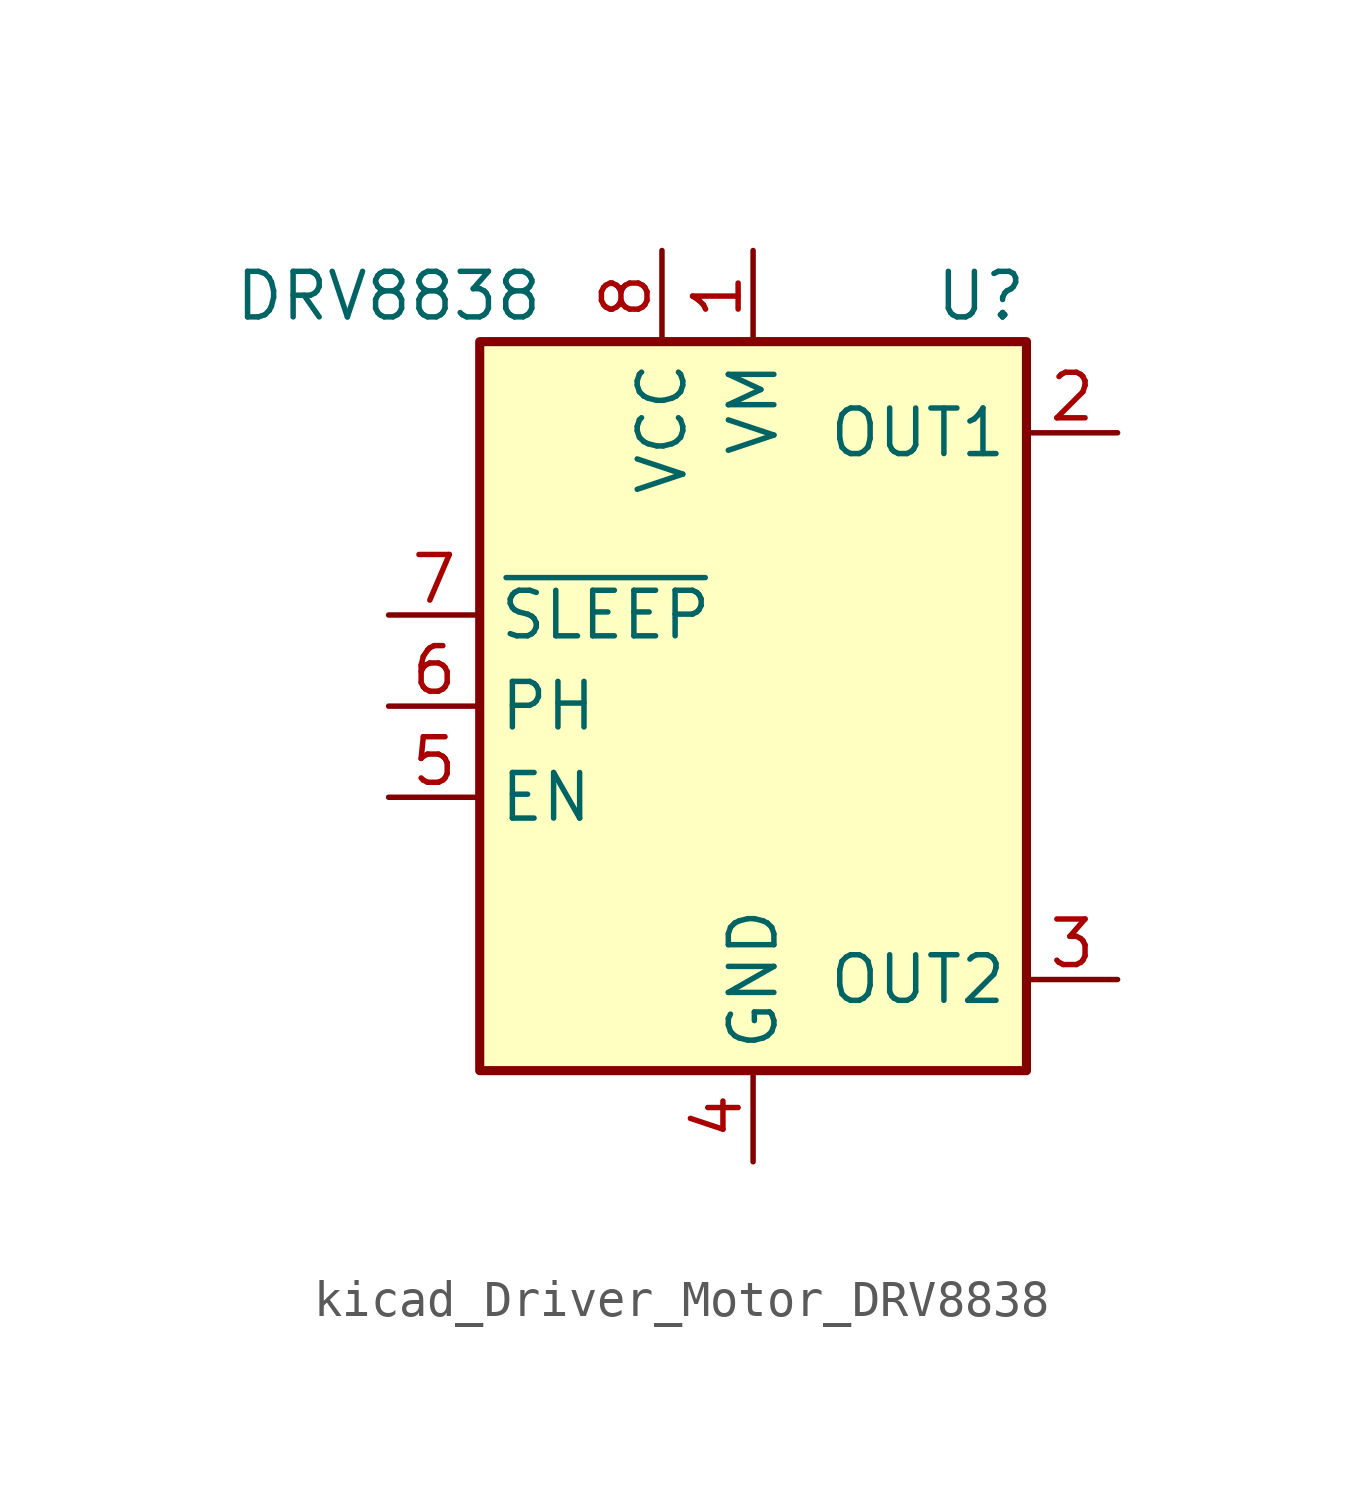
<source format=kicad_sym>
(kicad_symbol_lib
  (version 20220914)
  (generator kicad_symbol_editor)
  (symbol "kicad_Driver_Motor_DRV8838"
    (property "Reference" "U"
      (at 6.35 11.43 0)
      (effects (font (size 1.27 1.27))))
    (property "Value" "DRV8838"
      (at -10.16 11.43 0)
      (effects (font (size 1.27 1.27))))
    (symbol "kicad_Driver_Motor_DRV8838_0_1"
      (rectangle (start -7.62 10.16) (end 7.62 -10.16) (stroke (width 0.254) (type default)) (fill (type background))))
    (symbol "kicad_Driver_Motor_DRV8838_1_1"
      (pin power_in line (at 0 12.7 270) (length 2.54) (name "VM" (effects (font (size 1.27 1.27)))) (number "1" (effects (font (size 1.27 1.27)))))
      (pin output line (at 10.16 7.62 180) (length 2.54) (name "OUT1" (effects (font (size 1.27 1.27)))) (number "2" (effects (font (size 1.27 1.27)))))
      (pin output line (at 10.16 -7.62 180) (length 2.54) (name "OUT2" (effects (font (size 1.27 1.27)))) (number "3" (effects (font (size 1.27 1.27)))))
      (pin power_in line (at 0 -12.7 90) (length 2.54) (name "GND" (effects (font (size 1.27 1.27)))) (number "4" (effects (font (size 1.27 1.27)))))
      (pin input line (at -10.16 -2.54 0) (length 2.54) (name "EN" (effects (font (size 1.27 1.27)))) (number "5" (effects (font (size 1.27 1.27)))))
      (pin input line (at -10.16 0 0) (length 2.54) (name "PH" (effects (font (size 1.27 1.27)))) (number "6" (effects (font (size 1.27 1.27)))))
      (pin input line (at -10.16 2.54 0) (length 2.54) (name "~{SLEEP}" (effects (font (size 1.27 1.27)))) (number "7" (effects (font (size 1.27 1.27)))))
      (pin power_in line (at -2.54 12.7 270) (length 2.54) (name "VCC" (effects (font (size 1.27 1.27)))) (number "8" (effects (font (size 1.27 1.27)))))
      (pin passive line (at 0 -12.7 90) (length 2.54) hide (name "GND" (effects (font (size 1.27 1.27)))) (number "9" (effects (font (size 1.27 1.27))))))))
</source>
